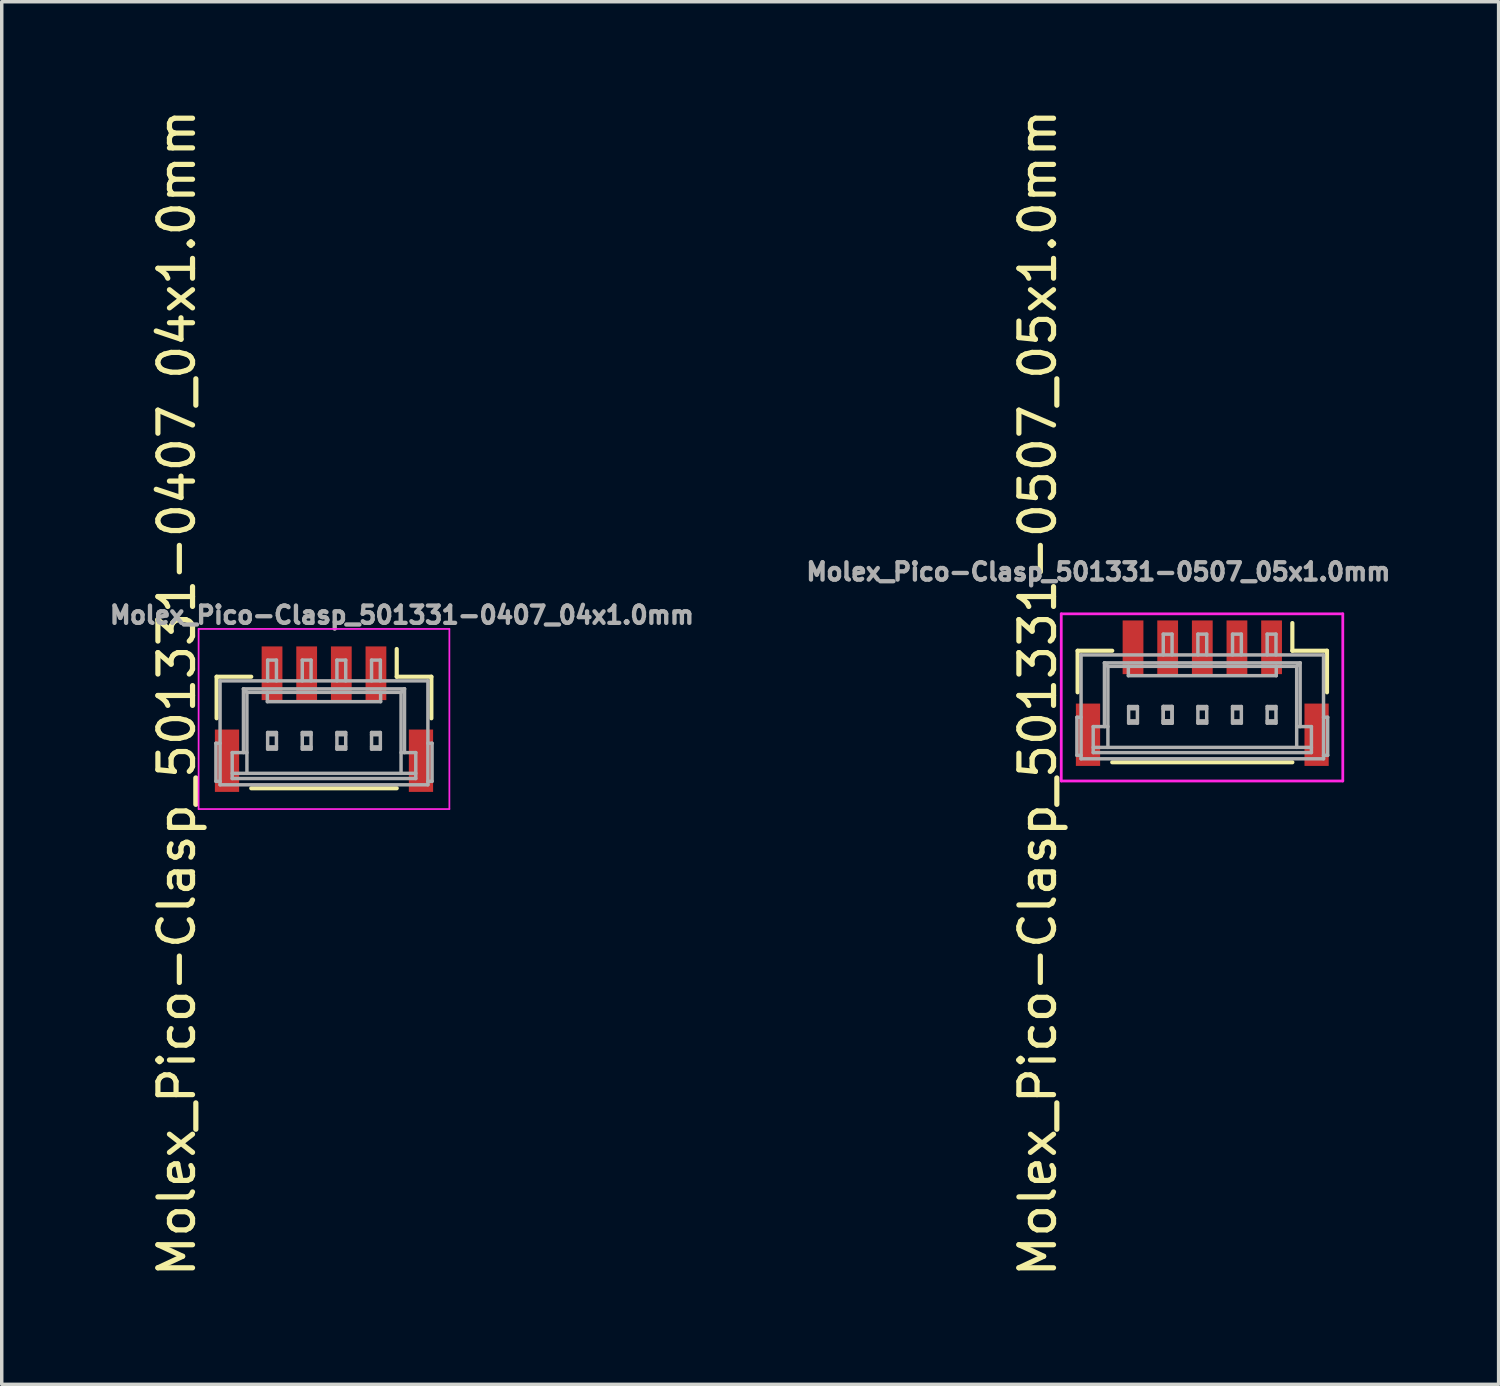
<source format=kicad_pcb>
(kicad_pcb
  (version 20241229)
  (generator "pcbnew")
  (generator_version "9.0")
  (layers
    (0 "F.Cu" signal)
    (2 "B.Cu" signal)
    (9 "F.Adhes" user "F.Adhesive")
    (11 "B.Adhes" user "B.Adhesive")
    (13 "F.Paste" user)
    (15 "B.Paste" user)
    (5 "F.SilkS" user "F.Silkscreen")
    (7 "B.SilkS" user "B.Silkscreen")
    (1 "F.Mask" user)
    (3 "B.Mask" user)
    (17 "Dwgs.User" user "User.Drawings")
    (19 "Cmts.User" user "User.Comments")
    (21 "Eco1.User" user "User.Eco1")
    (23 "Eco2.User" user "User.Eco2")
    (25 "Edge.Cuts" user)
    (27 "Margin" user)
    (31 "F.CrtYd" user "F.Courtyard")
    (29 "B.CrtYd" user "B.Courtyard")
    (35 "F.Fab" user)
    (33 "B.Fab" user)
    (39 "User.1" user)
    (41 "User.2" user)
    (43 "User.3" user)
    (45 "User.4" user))
  (footprint "Molex_Pico-Clasp_501331-0507_05x1.0mm"
    (layer "F.Cu")
    (at 31.654 17.085)
    (property "Reference" "Molex_Pico-Clasp_501331-0507_05x1.0mm" (at -4.742 -0.127 90) (layer "F.SilkS") (effects (font (size 1 1) (thickness 0.15))))
    (attr smd)
    (fp_line (start -3.592 -1.347) (end -2.592 -1.347) (stroke (width 0.12) (type solid)) (layer "F.SilkS"))
    (fp_line (start -3.592 -0.147) (end -3.592 -1.347) (stroke (width 0.12) (type solid)) (layer "F.SilkS"))
    (fp_line (start -2.592 1.873) (end 2.608 1.873) (stroke (width 0.12) (type solid)) (layer "F.SilkS"))
    (fp_line (start 2.608 -1.347) (end 2.608 -2.147) (stroke (width 0.12) (type solid)) (layer "F.SilkS"))
    (fp_line (start 3.608 -1.347) (end 2.608 -1.347) (stroke (width 0.12) (type solid)) (layer "F.SilkS"))
    (fp_line (start 3.608 -0.147) (end 3.608 -1.347) (stroke (width 0.12) (type solid)) (layer "F.SilkS"))
    (fp_line (start -4.064 -2.413) (end 4.064 -2.413) (stroke (width 0.08) (type solid)) (layer "F.CrtYd"))
    (fp_line (start -4.064 2.413) (end -4.064 -2.413) (stroke (width 0.08) (type solid)) (layer "F.CrtYd"))
    (fp_line (start 4.064 -2.413) (end 4.064 2.413) (stroke (width 0.08) (type solid)) (layer "F.CrtYd"))
    (fp_line (start 4.064 2.413) (end -4.064 2.413) (stroke (width 0.08) (type solid)) (layer "F.CrtYd"))
    (fp_line (start -3.612 0.573) (end -3.492 0.573) (stroke (width 0.1) (type solid)) (layer "F.Fab"))
    (fp_line (start -3.612 1.673) (end -3.612 0.573) (stroke (width 0.1) (type solid)) (layer "F.Fab"))
    (fp_line (start -3.612 1.673) (end -3.492 1.673) (stroke (width 0.1) (type solid)) (layer "F.Fab"))
    (fp_line (start -3.492 -1.227) (end 3.508 -1.227) (stroke (width 0.1) (type solid)) (layer "F.Fab"))
    (fp_line (start -3.492 1.773) (end -3.492 -1.227) (stroke (width 0.1) (type solid)) (layer "F.Fab"))
    (fp_line (start -3.142 0.843) (end -3.142 1.593) (stroke (width 0.1) (type solid)) (layer "F.Fab"))
    (fp_line (start -3.142 0.843) (end -2.717 0.843) (stroke (width 0.1) (type solid)) (layer "F.Fab"))
    (fp_line (start -3.142 1.593) (end 3.158 1.593) (stroke (width 0.1) (type solid)) (layer "F.Fab"))
    (fp_line (start -2.817 -0.997) (end -2.717 -0.897) (stroke (width 0.1) (type solid)) (layer "F.Fab"))
    (fp_line (start -2.817 0.843) (end -2.817 -0.997) (stroke (width 0.1) (type solid)) (layer "F.Fab"))
    (fp_line (start -2.717 -0.897) (end 2.733 -0.897) (stroke (width 0.1) (type solid)) (layer "F.Fab"))
    (fp_line (start -2.717 1.443) (end -2.717 -0.897) (stroke (width 0.1) (type solid)) (layer "F.Fab"))
    (fp_line (start -2.127 -0.627) (end -2.127 -0.897) (stroke (width 0.1) (type solid)) (layer "F.Fab"))
    (fp_line (start -2.119 0.263) (end -2.119 0.743) (stroke (width 0.1) (type solid)) (layer "F.Fab"))
    (fp_line (start -2.119 0.263) (end -1.865 0.263) (stroke (width 0.1) (type solid)) (layer "F.Fab"))
    (fp_line (start -2.119 0.328) (end -1.865 0.328) (stroke (width 0.1) (type solid)) (layer "F.Fab"))
    (fp_line (start -2.119 0.678) (end -1.865 0.678) (stroke (width 0.1) (type solid)) (layer "F.Fab"))
    (fp_line (start -2.119 0.743) (end -1.865 0.743) (stroke (width 0.1) (type solid)) (layer "F.Fab"))
    (fp_line (start -1.865 0.263) (end -1.865 0.743) (stroke (width 0.1) (type solid)) (layer "F.Fab"))
    (fp_line (start -1.119 -1.827) (end -0.865 -1.827) (stroke (width 0.1) (type solid)) (layer "F.Fab"))
    (fp_line (start -1.119 -1.227) (end -1.119 -1.827) (stroke (width 0.1) (type solid)) (layer "F.Fab"))
    (fp_line (start -1.119 0.263) (end -1.119 0.743) (stroke (width 0.1) (type solid)) (layer "F.Fab"))
    (fp_line (start -1.119 0.263) (end -1.119 0.743) (stroke (width 0.1) (type solid)) (layer "F.Fab"))
    (fp_line (start -1.119 0.263) (end -0.865 0.263) (stroke (width 0.1) (type solid)) (layer "F.Fab"))
    (fp_line (start -1.119 0.263) (end -0.865 0.263) (stroke (width 0.1) (type solid)) (layer "F.Fab"))
    (fp_line (start -1.119 0.328) (end -0.865 0.328) (stroke (width 0.1) (type solid)) (layer "F.Fab"))
    (fp_line (start -1.119 0.328) (end -0.865 0.328) (stroke (width 0.1) (type solid)) (layer "F.Fab"))
    (fp_line (start -1.119 0.678) (end -0.865 0.678) (stroke (width 0.1) (type solid)) (layer "F.Fab"))
    (fp_line (start -1.119 0.678) (end -0.865 0.678) (stroke (width 0.1) (type solid)) (layer "F.Fab"))
    (fp_line (start -1.119 0.743) (end -0.865 0.743) (stroke (width 0.1) (type solid)) (layer "F.Fab"))
    (fp_line (start -1.119 0.743) (end -0.865 0.743) (stroke (width 0.1) (type solid)) (layer "F.Fab"))
    (fp_line (start -0.865 -1.227) (end -0.865 -1.827) (stroke (width 0.1) (type solid)) (layer "F.Fab"))
    (fp_line (start -0.865 0.263) (end -0.865 0.743) (stroke (width 0.1) (type solid)) (layer "F.Fab"))
    (fp_line (start -0.865 0.263) (end -0.865 0.743) (stroke (width 0.1) (type solid)) (layer "F.Fab"))
    (fp_line (start -0.119 -1.827) (end 0.135 -1.827) (stroke (width 0.1) (type solid)) (layer "F.Fab"))
    (fp_line (start -0.119 -1.227) (end -0.119 -1.827) (stroke (width 0.1) (type solid)) (layer "F.Fab"))
    (fp_line (start -0.119 0.263) (end -0.119 0.743) (stroke (width 0.1) (type solid)) (layer "F.Fab"))
    (fp_line (start -0.119 0.263) (end 0.135 0.263) (stroke (width 0.1) (type solid)) (layer "F.Fab"))
    (fp_line (start -0.119 0.328) (end 0.135 0.328) (stroke (width 0.1) (type solid)) (layer "F.Fab"))
    (fp_line (start -0.119 0.678) (end 0.135 0.678) (stroke (width 0.1) (type solid)) (layer "F.Fab"))
    (fp_line (start -0.119 0.743) (end 0.135 0.743) (stroke (width 0.1) (type solid)) (layer "F.Fab"))
    (fp_line (start 0.135 -1.227) (end 0.135 -1.827) (stroke (width 0.1) (type solid)) (layer "F.Fab"))
    (fp_line (start 0.135 0.263) (end 0.135 0.743) (stroke (width 0.1) (type solid)) (layer "F.Fab"))
    (fp_line (start 0.881 -1.827) (end 1.135 -1.827) (stroke (width 0.1) (type solid)) (layer "F.Fab"))
    (fp_line (start 0.881 -1.227) (end 0.881 -1.827) (stroke (width 0.1) (type solid)) (layer "F.Fab"))
    (fp_line (start 0.881 0.263) (end 0.881 0.743) (stroke (width 0.1) (type solid)) (layer "F.Fab"))
    (fp_line (start 0.881 0.263) (end 1.135 0.263) (stroke (width 0.1) (type solid)) (layer "F.Fab"))
    (fp_line (start 0.881 0.328) (end 1.135 0.328) (stroke (width 0.1) (type solid)) (layer "F.Fab"))
    (fp_line (start 0.881 0.678) (end 1.135 0.678) (stroke (width 0.1) (type solid)) (layer "F.Fab"))
    (fp_line (start 0.881 0.743) (end 1.135 0.743) (stroke (width 0.1) (type solid)) (layer "F.Fab"))
    (fp_line (start 1.135 -1.827) (end 1.135 -1.227) (stroke (width 0.1) (type solid)) (layer "F.Fab"))
    (fp_line (start 1.135 0.263) (end 1.135 0.743) (stroke (width 0.1) (type solid)) (layer "F.Fab"))
    (fp_line (start 1.881 -1.827) (end 1.881 -1.227) (stroke (width 0.1) (type solid)) (layer "F.Fab"))
    (fp_line (start 1.881 -1.827) (end 2.135 -1.827) (stroke (width 0.1) (type solid)) (layer "F.Fab"))
    (fp_line (start 1.881 0.263) (end 1.881 0.743) (stroke (width 0.1) (type solid)) (layer "F.Fab"))
    (fp_line (start 1.881 0.263) (end 2.135 0.263) (stroke (width 0.1) (type solid)) (layer "F.Fab"))
    (fp_line (start 1.881 0.328) (end 2.135 0.328) (stroke (width 0.1) (type solid)) (layer "F.Fab"))
    (fp_line (start 1.881 0.678) (end 2.135 0.678) (stroke (width 0.1) (type solid)) (layer "F.Fab"))
    (fp_line (start 1.881 0.743) (end 2.135 0.743) (stroke (width 0.1) (type solid)) (layer "F.Fab"))
    (fp_line (start 2.135 -1.827) (end 2.135 -1.227) (stroke (width 0.1) (type solid)) (layer "F.Fab"))
    (fp_line (start 2.135 0.263) (end 2.135 0.743) (stroke (width 0.1) (type solid)) (layer "F.Fab"))
    (fp_line (start 2.143 -0.627) (end -2.127 -0.627) (stroke (width 0.1) (type solid)) (layer "F.Fab"))
    (fp_line (start 2.143 -0.627) (end 2.143 -0.897) (stroke (width 0.1) (type solid)) (layer "F.Fab"))
    (fp_line (start 2.733 -0.897) (end 2.733 1.443) (stroke (width 0.1) (type solid)) (layer "F.Fab"))
    (fp_line (start 2.733 -0.897) (end 2.833 -0.997) (stroke (width 0.1) (type solid)) (layer "F.Fab"))
    (fp_line (start 2.833 -0.997) (end -2.817 -0.997) (stroke (width 0.1) (type solid)) (layer "F.Fab"))
    (fp_line (start 2.833 -0.997) (end 2.833 0.843) (stroke (width 0.1) (type solid)) (layer "F.Fab"))
    (fp_line (start 3.158 0.843) (end 2.733 0.843) (stroke (width 0.1) (type solid)) (layer "F.Fab"))
    (fp_line (start 3.158 1.443) (end -3.142 1.443) (stroke (width 0.1) (type solid)) (layer "F.Fab"))
    (fp_line (start 3.158 1.593) (end 3.158 0.843) (stroke (width 0.1) (type solid)) (layer "F.Fab"))
    (fp_line (start 3.508 -1.227) (end 3.508 1.773) (stroke (width 0.1) (type solid)) (layer "F.Fab"))
    (fp_line (start 3.508 1.773) (end -3.492 1.773) (stroke (width 0.1) (type solid)) (layer "F.Fab"))
    (fp_line (start 3.628 0.573) (end 3.508 0.573) (stroke (width 0.1) (type solid)) (layer "F.Fab"))
    (fp_line (start 3.628 0.573) (end 3.628 1.673) (stroke (width 0.1) (type solid)) (layer "F.Fab"))
    (fp_line (start 3.628 1.673) (end 3.508 1.673) (stroke (width 0.1) (type solid)) (layer "F.Fab"))
    (fp_text user "${REFERENCE}" (at -2.992 -3.627 0) (layer "F.Fab") (effects (font (size 0.5 0.5) (thickness 0.125))))
    (pad "1" smd rect (at 2.008 -1.447) (size 0.6 1.55) (layers "F.Cu" "F.Mask" "F.Paste"))
    (pad "2" smd rect (at 1.008 -1.447) (size 0.6 1.55) (layers "F.Cu" "F.Mask" "F.Paste"))
    (pad "3" smd rect (at 0.008 -1.447) (size 0.6 1.55) (layers "F.Cu" "F.Mask" "F.Paste"))
    (pad "4" smd rect (at -0.992 -1.447) (size 0.6 1.55) (layers "F.Cu" "F.Mask" "F.Paste"))
    (pad "5" smd rect (at -1.992 -1.447) (size 0.6 1.55) (layers "F.Cu" "F.Mask" "F.Paste"))
    (pad "6" smd rect (at -3.292 1.078) (size 0.7 1.8) (layers "F.Cu" "F.Mask" "F.Paste"))
    (pad "6" smd rect (at 3.308 1.078) (size 0.7 1.8) (layers "F.Cu" "F.Mask" "F.Paste")))
  (footprint "Molex_Pico-Clasp_501331-0407_04x1.0mm"
    (layer "F.Cu")
    (at 6.304 17.708)
    (property "Reference" "Molex_Pico-Clasp_501331-0407_04x1.0mm" (at -4.25 -0.75 90) (layer "F.SilkS") (effects (font (size 1 1) (thickness 0.15))))
    (attr smd)
    (fp_line (start -3.1 -1.22) (end -2.1 -1.22) (stroke (width 0.12) (type solid)) (layer "F.SilkS"))
    (fp_line (start -3.1 -0.02) (end -3.1 -1.22) (stroke (width 0.12) (type solid)) (layer "F.SilkS"))
    (fp_line (start -2.1 2) (end 2.1 2) (stroke (width 0.12) (type solid)) (layer "F.SilkS"))
    (fp_line (start 2.1 -1.22) (end 2.1 -2.02) (stroke (width 0.12) (type solid)) (layer "F.SilkS"))
    (fp_line (start 3.1 -1.22) (end 2.1 -1.22) (stroke (width 0.12) (type solid)) (layer "F.SilkS"))
    (fp_line (start 3.1 -0.02) (end 3.1 -1.22) (stroke (width 0.12) (type solid)) (layer "F.SilkS"))
    (fp_line (start -3.62 -2.6) (end 3.62 -2.6) (stroke (width 0.05) (type solid)) (layer "F.CrtYd"))
    (fp_line (start -3.62 2.6) (end -3.62 -2.6) (stroke (width 0.05) (type solid)) (layer "F.CrtYd"))
    (fp_line (start 3.62 -2.6) (end 3.62 2.6) (stroke (width 0.05) (type solid)) (layer "F.CrtYd"))
    (fp_line (start 3.62 2.6) (end -3.62 2.6) (stroke (width 0.05) (type solid)) (layer "F.CrtYd"))
    (fp_line (start -3.12 0.7) (end -3 0.7) (stroke (width 0.1) (type solid)) (layer "F.Fab"))
    (fp_line (start -3.12 1.8) (end -3.12 0.7) (stroke (width 0.1) (type solid)) (layer "F.Fab"))
    (fp_line (start -3.12 1.8) (end -3 1.8) (stroke (width 0.1) (type solid)) (layer "F.Fab"))
    (fp_line (start -3 -1.1) (end 3 -1.1) (stroke (width 0.1) (type solid)) (layer "F.Fab"))
    (fp_line (start -3 1.9) (end -3 -1.1) (stroke (width 0.1) (type solid)) (layer "F.Fab"))
    (fp_line (start -2.65 0.97) (end -2.65 1.72) (stroke (width 0.1) (type solid)) (layer "F.Fab"))
    (fp_line (start -2.65 0.97) (end -2.225 0.97) (stroke (width 0.1) (type solid)) (layer "F.Fab"))
    (fp_line (start -2.65 1.72) (end 2.65 1.72) (stroke (width 0.1) (type solid)) (layer "F.Fab"))
    (fp_line (start -2.325 -0.87) (end -2.225 -0.77) (stroke (width 0.1) (type solid)) (layer "F.Fab"))
    (fp_line (start -2.325 0.97) (end -2.325 -0.87) (stroke (width 0.1) (type solid)) (layer "F.Fab"))
    (fp_line (start -2.225 -0.77) (end 2.225 -0.77) (stroke (width 0.1) (type solid)) (layer "F.Fab"))
    (fp_line (start -2.225 1.57) (end -2.225 -0.77) (stroke (width 0.1) (type solid)) (layer "F.Fab"))
    (fp_line (start -1.635 -0.5) (end -1.635 -0.77) (stroke (width 0.1) (type solid)) (layer "F.Fab"))
    (fp_line (start -1.627 -1.7) (end -1.373 -1.7) (stroke (width 0.1) (type solid)) (layer "F.Fab"))
    (fp_line (start -1.627 -1.1) (end -1.627 -1.7) (stroke (width 0.1) (type solid)) (layer "F.Fab"))
    (fp_line (start -1.627 0.39) (end -1.627 0.87) (stroke (width 0.1) (type solid)) (layer "F.Fab"))
    (fp_line (start -1.627 0.39) (end -1.373 0.39) (stroke (width 0.1) (type solid)) (layer "F.Fab"))
    (fp_line (start -1.627 0.455) (end -1.373 0.455) (stroke (width 0.1) (type solid)) (layer "F.Fab"))
    (fp_line (start -1.627 0.805) (end -1.373 0.805) (stroke (width 0.1) (type solid)) (layer "F.Fab"))
    (fp_line (start -1.627 0.87) (end -1.373 0.87) (stroke (width 0.1) (type solid)) (layer "F.Fab"))
    (fp_line (start -1.373 -1.1) (end -1.373 -1.7) (stroke (width 0.1) (type solid)) (layer "F.Fab"))
    (fp_line (start -1.373 0.39) (end -1.373 0.87) (stroke (width 0.1) (type solid)) (layer "F.Fab"))
    (fp_line (start -0.627 -1.7) (end -0.373 -1.7) (stroke (width 0.1) (type solid)) (layer "F.Fab"))
    (fp_line (start -0.627 -1.1) (end -0.627 -1.7) (stroke (width 0.1) (type solid)) (layer "F.Fab"))
    (fp_line (start -0.627 0.39) (end -0.627 0.87) (stroke (width 0.1) (type solid)) (layer "F.Fab"))
    (fp_line (start -0.627 0.39) (end -0.373 0.39) (stroke (width 0.1) (type solid)) (layer "F.Fab"))
    (fp_line (start -0.627 0.455) (end -0.373 0.455) (stroke (width 0.1) (type solid)) (layer "F.Fab"))
    (fp_line (start -0.627 0.805) (end -0.373 0.805) (stroke (width 0.1) (type solid)) (layer "F.Fab"))
    (fp_line (start -0.627 0.87) (end -0.373 0.87) (stroke (width 0.1) (type solid)) (layer "F.Fab"))
    (fp_line (start -0.373 -1.1) (end -0.373 -1.7) (stroke (width 0.1) (type solid)) (layer "F.Fab"))
    (fp_line (start -0.373 0.39) (end -0.373 0.87) (stroke (width 0.1) (type solid)) (layer "F.Fab"))
    (fp_line (start 0.373 -1.7) (end 0.627 -1.7) (stroke (width 0.1) (type solid)) (layer "F.Fab"))
    (fp_line (start 0.373 -1.1) (end 0.373 -1.7) (stroke (width 0.1) (type solid)) (layer "F.Fab"))
    (fp_line (start 0.373 0.39) (end 0.373 0.87) (stroke (width 0.1) (type solid)) (layer "F.Fab"))
    (fp_line (start 0.373 0.39) (end 0.627 0.39) (stroke (width 0.1) (type solid)) (layer "F.Fab"))
    (fp_line (start 0.373 0.455) (end 0.627 0.455) (stroke (width 0.1) (type solid)) (layer "F.Fab"))
    (fp_line (start 0.373 0.805) (end 0.627 0.805) (stroke (width 0.1) (type solid)) (layer "F.Fab"))
    (fp_line (start 0.373 0.87) (end 0.627 0.87) (stroke (width 0.1) (type solid)) (layer "F.Fab"))
    (fp_line (start 0.627 -1.7) (end 0.627 -1.1) (stroke (width 0.1) (type solid)) (layer "F.Fab"))
    (fp_line (start 0.627 0.39) (end 0.627 0.87) (stroke (width 0.1) (type solid)) (layer "F.Fab"))
    (fp_line (start 1.373 -1.7) (end 1.373 -1.1) (stroke (width 0.1) (type solid)) (layer "F.Fab"))
    (fp_line (start 1.373 -1.7) (end 1.627 -1.7) (stroke (width 0.1) (type solid)) (layer "F.Fab"))
    (fp_line (start 1.373 0.39) (end 1.373 0.87) (stroke (width 0.1) (type solid)) (layer "F.Fab"))
    (fp_line (start 1.373 0.39) (end 1.627 0.39) (stroke (width 0.1) (type solid)) (layer "F.Fab"))
    (fp_line (start 1.373 0.455) (end 1.627 0.455) (stroke (width 0.1) (type solid)) (layer "F.Fab"))
    (fp_line (start 1.373 0.805) (end 1.627 0.805) (stroke (width 0.1) (type solid)) (layer "F.Fab"))
    (fp_line (start 1.373 0.87) (end 1.627 0.87) (stroke (width 0.1) (type solid)) (layer "F.Fab"))
    (fp_line (start 1.627 -1.7) (end 1.627 -1.1) (stroke (width 0.1) (type solid)) (layer "F.Fab"))
    (fp_line (start 1.627 0.39) (end 1.627 0.87) (stroke (width 0.1) (type solid)) (layer "F.Fab"))
    (fp_line (start 1.635 -0.5) (end -1.635 -0.5) (stroke (width 0.1) (type solid)) (layer "F.Fab"))
    (fp_line (start 1.635 -0.5) (end 1.635 -0.77) (stroke (width 0.1) (type solid)) (layer "F.Fab"))
    (fp_line (start 2.225 -0.77) (end 2.225 1.57) (stroke (width 0.1) (type solid)) (layer "F.Fab"))
    (fp_line (start 2.225 -0.77) (end 2.325 -0.87) (stroke (width 0.1) (type solid)) (layer "F.Fab"))
    (fp_line (start 2.325 -0.87) (end -2.325 -0.87) (stroke (width 0.1) (type solid)) (layer "F.Fab"))
    (fp_line (start 2.325 -0.87) (end 2.325 0.97) (stroke (width 0.1) (type solid)) (layer "F.Fab"))
    (fp_line (start 2.65 0.97) (end 2.225 0.97) (stroke (width 0.1) (type solid)) (layer "F.Fab"))
    (fp_line (start 2.65 1.57) (end -2.65 1.57) (stroke (width 0.1) (type solid)) (layer "F.Fab"))
    (fp_line (start 2.65 1.72) (end 2.65 0.97) (stroke (width 0.1) (type solid)) (layer "F.Fab"))
    (fp_line (start 3 -1.1) (end 3 1.9) (stroke (width 0.1) (type solid)) (layer "F.Fab"))
    (fp_line (start 3 1.9) (end -3 1.9) (stroke (width 0.1) (type solid)) (layer "F.Fab"))
    (fp_line (start 3.12 0.7) (end 3 0.7) (stroke (width 0.1) (type solid)) (layer "F.Fab"))
    (fp_line (start 3.12 0.7) (end 3.12 1.8) (stroke (width 0.1) (type solid)) (layer "F.Fab"))
    (fp_line (start 3.12 1.8) (end 3 1.8) (stroke (width 0.1) (type solid)) (layer "F.Fab"))
    (fp_text user "${REFERENCE}" (at 2.25 -3 0) (layer "F.Fab") (effects (font (size 0.5 0.5) (thickness 0.125))))
    (pad "1" smd rect (at 1.5 -1.32) (size 0.6 1.55) (layers "F.Cu" "F.Mask" "F.Paste"))
    (pad "2" smd rect (at 0.5 -1.32) (size 0.6 1.55) (layers "F.Cu" "F.Mask" "F.Paste"))
    (pad "3" smd rect (at -0.5 -1.32) (size 0.6 1.55) (layers "F.Cu" "F.Mask" "F.Paste"))
    (pad "4" smd rect (at -1.5 -1.32) (size 0.6 1.55) (layers "F.Cu" "F.Mask" "F.Paste"))
    (pad "5" smd rect (at -2.8 1.205) (size 0.7 1.8) (layers "F.Cu" "F.Mask" "F.Paste"))
    (pad "5" smd rect (at 2.8 1.205) (size 0.7 1.8) (layers "F.Cu" "F.Mask" "F.Paste")))
  (gr_rect
    (start -3 -3)
    (end 40.217 36.917)
    (stroke (width 0.1) (type default))
    (fill no)
    (layer "Edge.Cuts")))
</source>
